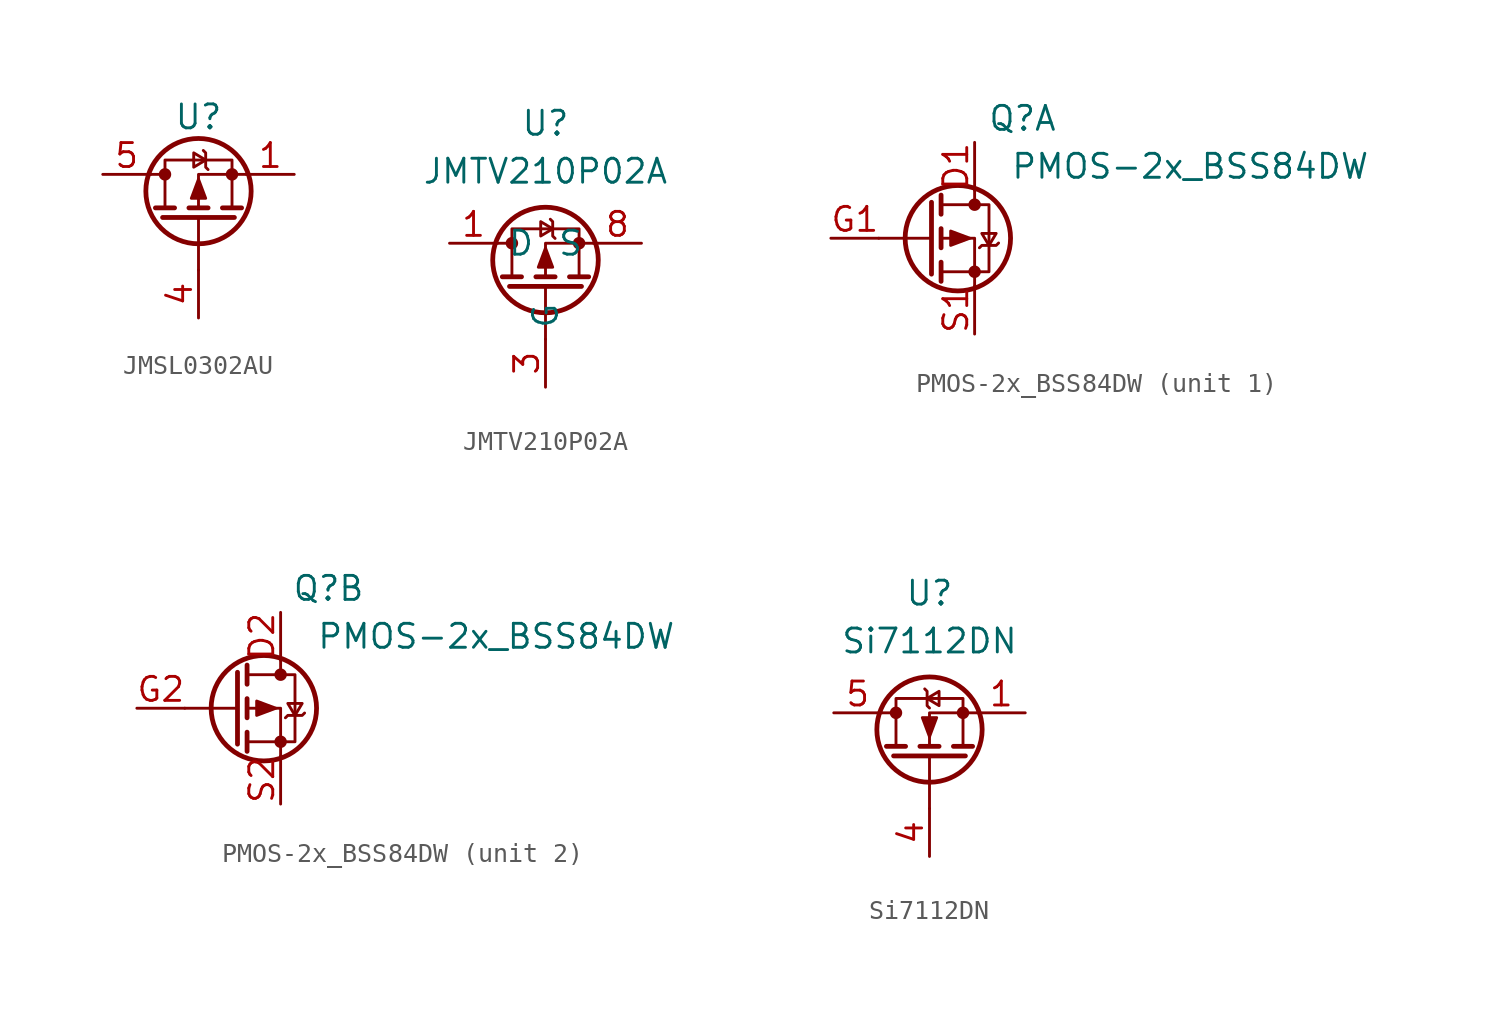
<source format=kicad_sym>
(kicad_symbol_lib
  (version 20220914)
  (generator kicad_symbol_editor)
  (symbol "JMSL0302AU"
    (pin_names hide)
    (property "Reference" "U"
      (at 0 3.048 0)
      (effects (font (size 1.27 1.27))))
    (property "Value" ""
      (at 0 3.048 0)
      (effects (font (size 1.27 1.27))))
    (symbol "JMSL0302AU_0_1"
      (circle (center -1.778 0) (radius 0.254) (stroke (width 0) (type default)) (fill (type outline)))
      (circle (center 0 -0.889) (radius 2.794) (stroke (width 0.254) (type default)) (fill (type none)))
      (polyline (pts (xy -2.54 0) (xy -1.778 0)) (stroke (width 0) (type default)) (fill (type none)))
      (polyline (pts (xy -2.286 -1.778) (xy -1.27 -1.778)) (stroke (width 0.254) (type default)) (fill (type none)))
      (polyline (pts (xy -1.905 -2.286) (xy 1.905 -2.286)) (stroke (width 0.254) (type default)) (fill (type none)))
      (polyline (pts (xy -0.508 -1.778) (xy 0.508 -1.778)) (stroke (width 0.254) (type default)) (fill (type none)))
      (polyline (pts (xy 0 -2.286) (xy 0 -5.08)) (stroke (width 0) (type default)) (fill (type none)))
      (polyline (pts (xy 1.27 -1.778) (xy 2.286 -1.778)) (stroke (width 0.254) (type default)) (fill (type none)))
      (polyline (pts (xy 2.54 0) (xy 0 0) (xy 0 -1.778)) (stroke (width 0) (type default)) (fill (type none)))
      (polyline (pts (xy -1.778 -1.778) (xy -1.778 0.762) (xy 1.778 0.762) (xy 1.778 -1.778)) (stroke (width 0) (type default)) (fill (type none)))
      (polyline (pts (xy 0 -0.254) (xy -0.381 -1.27) (xy 0.381 -1.27) (xy 0 -0.254)) (stroke (width 0) (type default)) (fill (type outline)))
      (polyline (pts (xy 0.381 0.762) (xy -0.254 0.381) (xy -0.254 1.143) (xy 0.381 0.762)) (stroke (width 0) (type default)) (fill (type none)))
      (polyline (pts (xy 0.508 0.254) (xy 0.381 0.381) (xy 0.381 1.143) (xy 0.254 1.27)) (stroke (width 0) (type default)) (fill (type none)))
      (circle (center 1.778 0) (radius 0.254) (stroke (width 0) (type default)) (fill (type outline))))
    (symbol "JMSL0302AU_1_1"
      (pin passive line (at 5.08 0 180) (length 2.54) (name "S" (effects (font (size 1.27 1.27)))) (number "1" (effects (font (size 1.27 1.27)))))
      (pin passive line (at 5.08 0 180) (length 2.54) hide (name "S" (effects (font (size 1.27 1.27)))) (number "2" (effects (font (size 1.27 1.27)))))
      (pin passive line (at 5.08 0 180) (length 2.54) hide (name "S" (effects (font (size 1.27 1.27)))) (number "3" (effects (font (size 1.27 1.27)))))
      (pin input line (at 0 -7.62 90) (length 2.54) (name "G" (effects (font (size 1.27 1.27)))) (number "4" (effects (font (size 1.27 1.27)))))
      (pin passive line (at -5.08 0 0) (length 2.54) (name "D" (effects (font (size 1.27 1.27)))) (number "5" (effects (font (size 1.27 1.27)))))))
  (symbol "JMTV210P02A"
    (property "Reference" "U"
      (at 0 6.35 0)
      (effects (font (size 1.27 1.27))))
    (property "Value" "JMTV210P02A"
      (at 0 3.81 0)
      (effects (font (size 1.27 1.27))))
    (symbol "JMTV210P02A_0_1"
      (circle (center -1.778 0) (radius 0.254) (stroke (width 0) (type default)) (fill (type outline)))
      (circle (center 0 -0.889) (radius 2.794) (stroke (width 0.254) (type default)) (fill (type none)))
      (polyline (pts (xy -2.54 0) (xy -1.778 0)) (stroke (width 0) (type default)) (fill (type none)))
      (polyline (pts (xy -2.286 -1.778) (xy -1.27 -1.778)) (stroke (width 0.254) (type default)) (fill (type none)))
      (polyline (pts (xy -1.905 -2.286) (xy 1.905 -2.286)) (stroke (width 0.254) (type default)) (fill (type none)))
      (polyline (pts (xy -0.508 -1.778) (xy 0.508 -1.778)) (stroke (width 0.254) (type default)) (fill (type none)))
      (polyline (pts (xy 0 -2.286) (xy 0 -5.08)) (stroke (width 0) (type default)) (fill (type none)))
      (polyline (pts (xy 1.27 -1.778) (xy 2.286 -1.778)) (stroke (width 0.254) (type default)) (fill (type none)))
      (polyline (pts (xy 2.54 0) (xy 0 0) (xy 0 -1.778)) (stroke (width 0) (type default)) (fill (type none)))
      (polyline (pts (xy -1.778 -1.778) (xy -1.778 0.762) (xy 1.778 0.762) (xy 1.778 -1.778)) (stroke (width 0) (type default)) (fill (type none)))
      (polyline (pts (xy 0 -0.254) (xy -0.381 -1.27) (xy 0.381 -1.27) (xy 0 -0.254)) (stroke (width 0) (type default)) (fill (type outline)))
      (polyline (pts (xy 0.381 0.762) (xy -0.254 0.381) (xy -0.254 1.143) (xy 0.381 0.762)) (stroke (width 0) (type default)) (fill (type none)))
      (polyline (pts (xy 0.508 0.254) (xy 0.381 0.381) (xy 0.381 1.143) (xy 0.254 1.27)) (stroke (width 0) (type default)) (fill (type none)))
      (circle (center 1.778 0) (radius 0.254) (stroke (width 0) (type default)) (fill (type outline))))
    (symbol "JMTV210P02A_1_1"
      (pin passive line (at -5.08 0 0) (length 2.54) (name "D" (effects (font (size 1.27 1.27)))) (number "1" (effects (font (size 1.27 1.27)))))
      (pin passive line (at -5.08 0 0) (length 2.54) hide (name "D" (effects (font (size 1.27 1.27)))) (number "2" (effects (font (size 1.27 1.27)))))
      (pin input line (at 0 -7.62 90) (length 2.54) (name "G" (effects (font (size 1.27 1.27)))) (number "3" (effects (font (size 1.27 1.27)))))
      (pin passive line (at 5.08 0 180) (length 2.54) hide (name "S" (effects (font (size 1.27 1.27)))) (number "4" (effects (font (size 1.27 1.27)))))
      (pin passive line (at -5.08 0 0) (length 2.54) hide (name "D" (effects (font (size 1.27 1.27)))) (number "5" (effects (font (size 1.27 1.27)))))
      (pin passive line (at -5.08 0 0) (length 2.54) hide (name "D" (effects (font (size 1.27 1.27)))) (number "6" (effects (font (size 1.27 1.27)))))
      (pin passive line (at -5.08 0 0) (length 2.54) hide (name "D" (effects (font (size 1.27 1.27)))) (number "7" (effects (font (size 1.27 1.27)))))
      (pin passive line (at 5.08 0 180) (length 2.54) (name "S" (effects (font (size 1.27 1.27)))) (number "8" (effects (font (size 1.27 1.27)))))))
  (symbol "PMOS-2x_BSS84DW"
    (pin_names hide)
    (property "Reference" "Q"
      (at 2.54 6.35 0)
      (effects (font (size 1.27 1.27))))
    (property "Value" "PMOS-2x_BSS84DW"
      (at 11.43 3.81 0)
      (effects (font (size 1.27 1.27))))
    (symbol "PMOS-2x_BSS84DW_0_1"
      (circle (center -0.889 0) (radius 2.794) (stroke (width 0.254) (type default)) (fill (type none)))
      (circle (center 0 -1.778) (radius 0.254) (stroke (width 0) (type default)) (fill (type outline)))
      (polyline (pts (xy -2.286 0) (xy -5.08 0)) (stroke (width 0) (type default)) (fill (type none)))
      (polyline (pts (xy -2.286 1.905) (xy -2.286 -1.905)) (stroke (width 0.254) (type default)) (fill (type none)))
      (polyline (pts (xy -1.778 -1.27) (xy -1.778 -2.286)) (stroke (width 0.254) (type default)) (fill (type none)))
      (polyline (pts (xy -1.778 0.508) (xy -1.778 -0.508)) (stroke (width 0.254) (type default)) (fill (type none)))
      (polyline (pts (xy -1.778 2.286) (xy -1.778 1.27)) (stroke (width 0.254) (type default)) (fill (type none)))
      (polyline (pts (xy 0 2.54) (xy 0 1.778)) (stroke (width 0) (type default)) (fill (type none)))
      (polyline (pts (xy 0 -2.54) (xy 0 0) (xy -1.778 0)) (stroke (width 0) (type default)) (fill (type none)))
      (polyline (pts (xy -1.778 1.778) (xy 0.762 1.778) (xy 0.762 -1.778) (xy -1.778 -1.778)) (stroke (width 0) (type default)) (fill (type none)))
      (polyline (pts (xy -0.254 0) (xy -1.27 0.381) (xy -1.27 -0.381) (xy -0.254 0)) (stroke (width 0) (type default)) (fill (type outline)))
      (polyline (pts (xy 0.254 -0.508) (xy 0.381 -0.381) (xy 1.143 -0.381) (xy 1.27 -0.254)) (stroke (width 0) (type default)) (fill (type none)))
      (polyline (pts (xy 0.762 -0.381) (xy 0.381 0.254) (xy 1.143 0.254) (xy 0.762 -0.381)) (stroke (width 0) (type default)) (fill (type none)))
      (circle (center 0 1.778) (radius 0.254) (stroke (width 0) (type default)) (fill (type outline))))
    (symbol "PMOS-2x_BSS84DW_1_1"
      (pin passive line (at 0 5.08 270) (length 2.54) (name "D" (effects (font (size 1.27 1.27)))) (number "D1" (effects (font (size 1.27 1.27)))))
      (pin input line (at -7.62 0 0) (length 2.54) (name "G" (effects (font (size 1.27 1.27)))) (number "G1" (effects (font (size 1.27 1.27)))))
      (pin passive line (at 0 -5.08 90) (length 2.54) (name "S" (effects (font (size 1.27 1.27)))) (number "S1" (effects (font (size 1.27 1.27))))))
    (symbol "PMOS-2x_BSS84DW_2_1"
      (pin passive line (at 0 5.08 270) (length 2.54) (name "D" (effects (font (size 1.27 1.27)))) (number "D2" (effects (font (size 1.27 1.27)))))
      (pin input line (at -7.62 0 0) (length 2.54) (name "G" (effects (font (size 1.27 1.27)))) (number "G2" (effects (font (size 1.27 1.27)))))
      (pin passive line (at 0 -5.08 90) (length 2.54) (name "S" (effects (font (size 1.27 1.27)))) (number "S2" (effects (font (size 1.27 1.27)))))))
  (symbol "Si7112DN"
    (pin_names hide)
    (property "Reference" "U"
      (at 0 6.35 0)
      (effects (font (size 1.27 1.27))))
    (property "Value" "Si7112DN"
      (at 0 3.81 0)
      (effects (font (size 1.27 1.27))))
    (symbol "Si7112DN_0_1"
      (circle (center -1.778 0) (radius 0.254) (stroke (width 0) (type default)) (fill (type outline)))
      (circle (center 0 -0.889) (radius 2.794) (stroke (width 0.254) (type default)) (fill (type none)))
      (polyline (pts (xy -2.54 0) (xy -1.778 0)) (stroke (width 0) (type default)) (fill (type none)))
      (polyline (pts (xy -2.286 -1.778) (xy -1.27 -1.778)) (stroke (width 0.254) (type default)) (fill (type none)))
      (polyline (pts (xy -1.905 -2.286) (xy 1.905 -2.286)) (stroke (width 0.254) (type default)) (fill (type none)))
      (polyline (pts (xy -0.508 -1.778) (xy 0.508 -1.778)) (stroke (width 0.254) (type default)) (fill (type none)))
      (polyline (pts (xy 0 -2.286) (xy 0 -5.08)) (stroke (width 0) (type default)) (fill (type none)))
      (polyline (pts (xy 1.27 -1.778) (xy 2.286 -1.778)) (stroke (width 0.254) (type default)) (fill (type none)))
      (polyline (pts (xy 2.54 0) (xy 0 0) (xy 0 -1.778)) (stroke (width 0) (type default)) (fill (type none)))
      (polyline (pts (xy -1.778 -1.778) (xy -1.778 0.762) (xy 1.778 0.762) (xy 1.778 -1.778)) (stroke (width 0) (type default)) (fill (type none)))
      (polyline (pts (xy -0.254 1.27) (xy -0.127 1.143) (xy -0.127 0.381) (xy 0 0.254)) (stroke (width 0) (type default)) (fill (type none)))
      (polyline (pts (xy -0.127 0.762) (xy 0.508 1.143) (xy 0.508 0.381) (xy -0.127 0.762)) (stroke (width 0) (type default)) (fill (type none)))
      (polyline (pts (xy 0 -1.27) (xy 0.381 -0.254) (xy -0.381 -0.254) (xy 0 -1.27)) (stroke (width 0) (type default)) (fill (type outline)))
      (circle (center 1.778 0) (radius 0.254) (stroke (width 0) (type default)) (fill (type outline))))
    (symbol "Si7112DN_1_1"
      (pin passive line (at 5.08 0 180) (length 2.54) (name "S" (effects (font (size 1.27 1.27)))) (number "1" (effects (font (size 1.27 1.27)))))
      (pin passive line (at 5.08 0 180) (length 2.54) hide (name "S" (effects (font (size 1.27 1.27)))) (number "2" (effects (font (size 1.27 1.27)))))
      (pin passive line (at 5.08 0 180) (length 2.54) hide (name "S" (effects (font (size 1.27 1.27)))) (number "3" (effects (font (size 1.27 1.27)))))
      (pin input line (at 0 -7.62 90) (length 2.54) (name "G" (effects (font (size 1.27 1.27)))) (number "4" (effects (font (size 1.27 1.27)))))
      (pin passive line (at -5.08 0 0) (length 2.54) (name "D" (effects (font (size 1.27 1.27)))) (number "5" (effects (font (size 1.27 1.27))))))))
</source>
